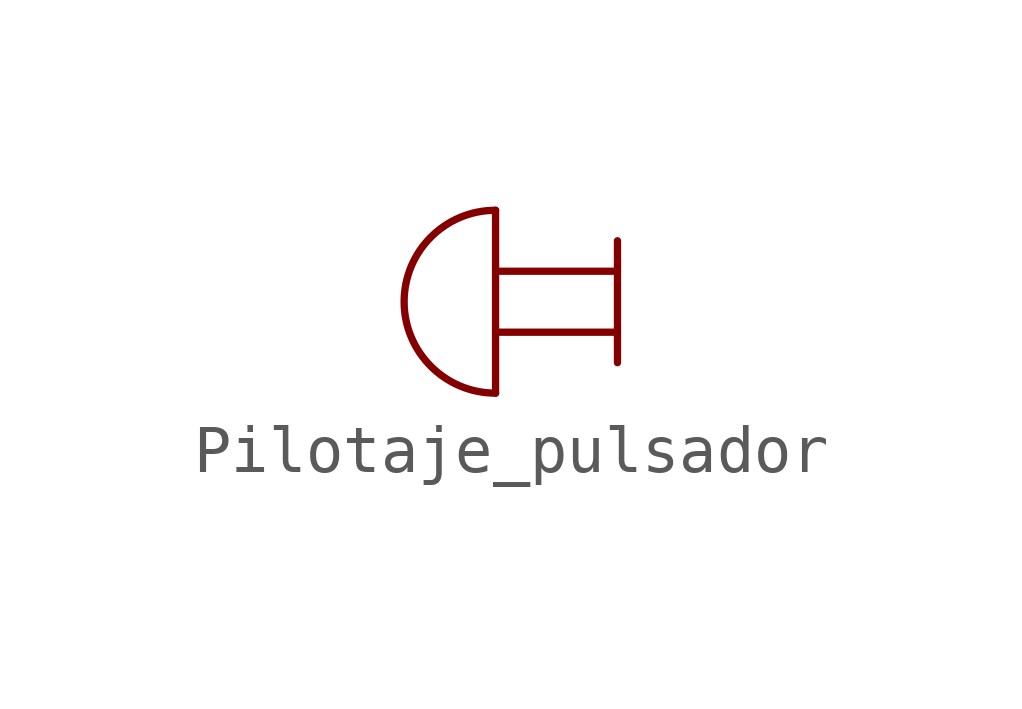
<source format=kicad_sym>
(kicad_symbol_lib
  (version 20211014)
  (generator kicad_symbol_editor)
  (symbol "Pilotaje_pulsador"
    (pin_names
      (offset 1.016))
    (property "Reference" "U"
      (at 0 0 0)
      (effects (font (size 1.27 1.27)) hide))
    (symbol "Pilotaje_pulsador_0_1"
      (polyline (pts (xy 0 -0.635) (xy 2.54 -0.635)) (stroke (width 0) (type default) (color 0 0 0 0)) (fill (type none)))
      (polyline (pts (xy 0 0.635) (xy 2.54 0.635)) (stroke (width 0) (type default) (color 0 0 0 0)) (fill (type none)))
      (polyline (pts (xy 0 1.905) (xy 0 -1.905)) (stroke (width 0) (type default) (color 0 0 0 0)) (fill (type none)))
      (polyline (pts (xy 2.54 1.27) (xy 2.54 -1.27)) (stroke (width 0) (type default) (color 0 0 0 0)) (fill (type none)))
      (arc (start 0 1.905) (mid -1.905 0) (end 0 -1.905) (stroke (width 0) (type default) (color 0 0 0 0)) (fill (type none))))))
</source>
